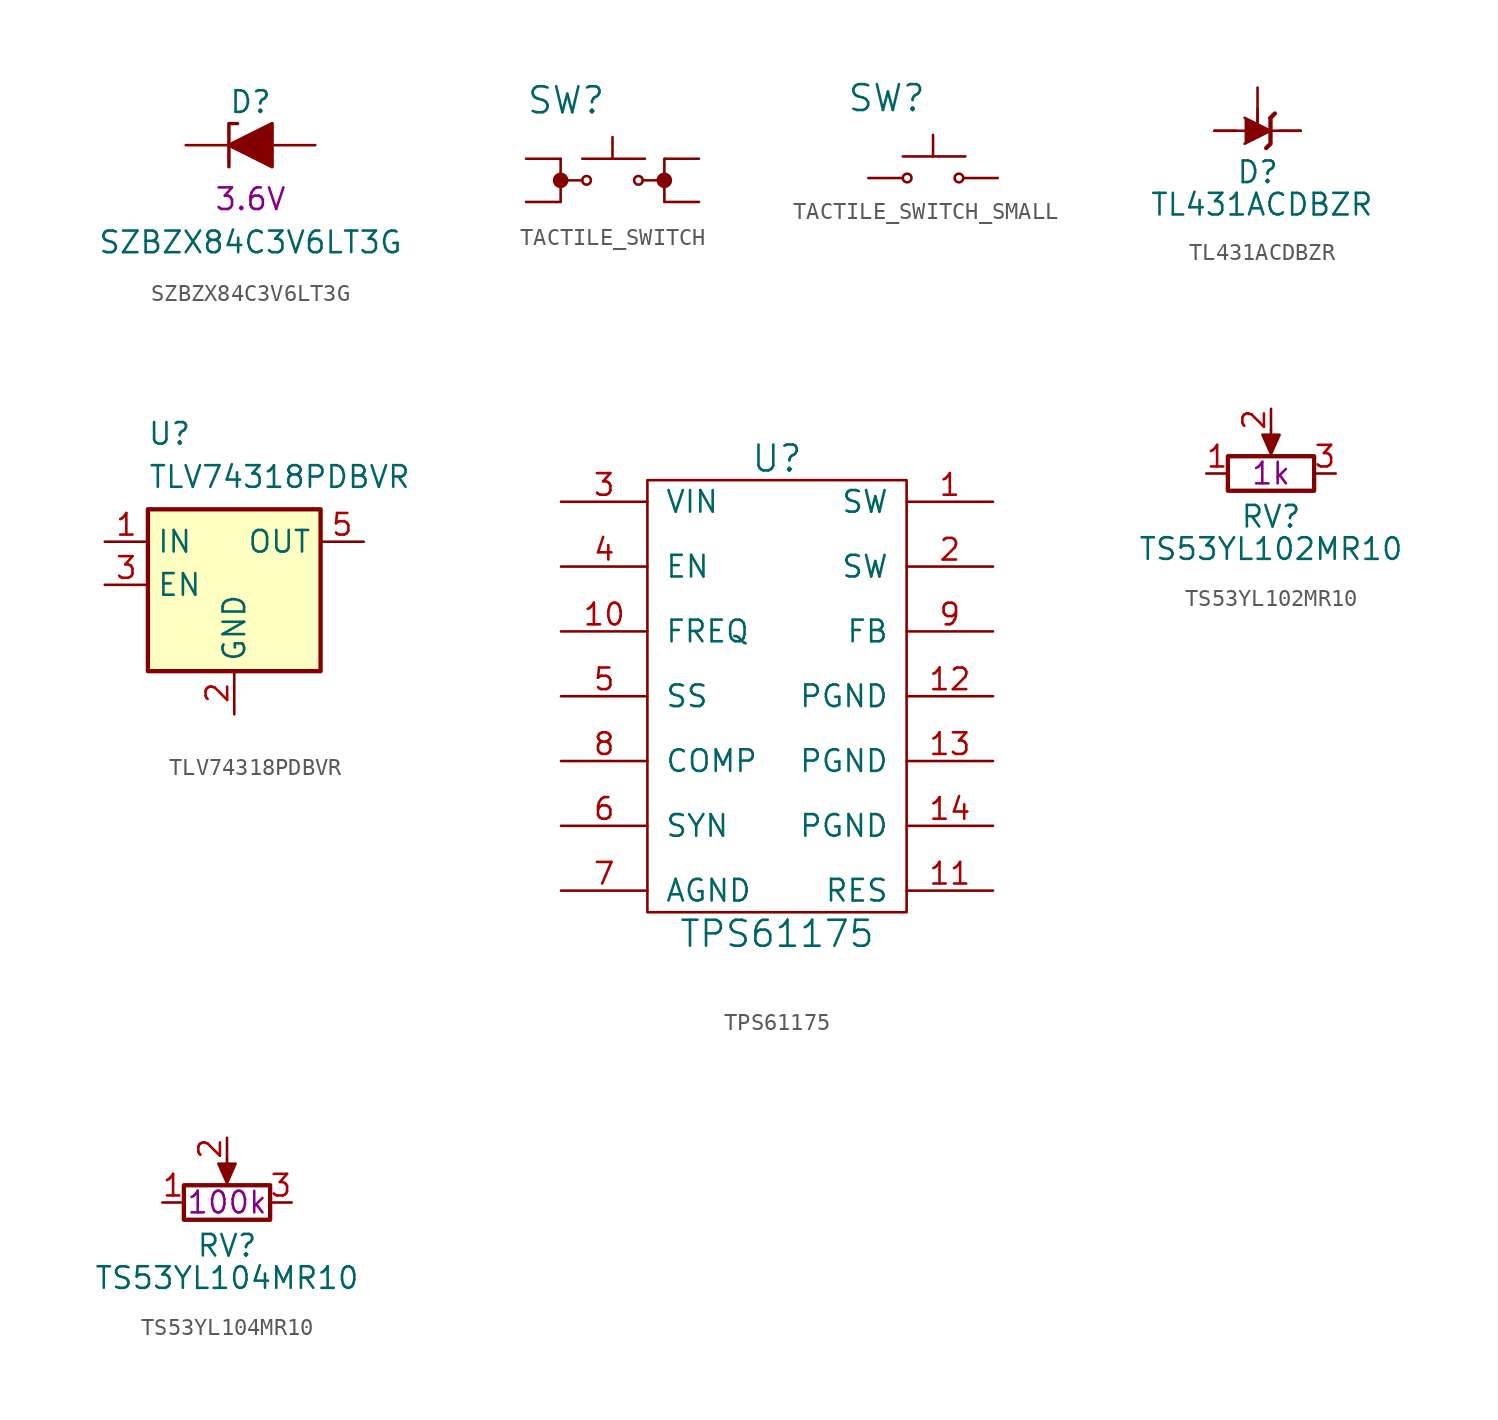
<source format=kicad_sym>
(kicad_symbol_lib
  (version 20210619)
  (generator kicad_symbol_editor)
  (symbol "custom:SZBZX84C3V6LT3G"
    (pin_numbers hide)
    (pin_names
      (offset 1.016) hide)
    (property "Reference" "D"
      (at 0 2.54 0)
      (effects (font (size 1.27 1.27))))
    (property "Value" "SZBZX84C3V6LT3G"
      (at 0 -5.715 0)
      (effects (font (size 1.27 1.27))))
    (property "Rating" "3.6V"
      (at 0 -3.175 0)
      (effects (font (size 1.27 1.27))))
    (symbol "SZBZX84C3V6LT3G_0_1"
      (polyline (pts (xy 1.27 0) (xy -1.27 0)) (stroke (width 0)) (fill (type none)))
      (polyline (pts (xy -1.27 -1.27) (xy -1.27 1.27) (xy -0.762 1.27)) (stroke (width 0.203)) (fill (type none)))
      (polyline (pts (xy 1.27 -1.27) (xy 1.27 1.27) (xy -1.27 0) (xy 1.27 -1.27)) (stroke (width 0.203)) (fill (type outline))))
    (symbol "SZBZX84C3V6LT3G_1_1"
      (pin passive line (at 3.81 0 180) (length 2.54) (name "A" (effects (font (size 1.27 1.27)))) (number "1" (effects (font (size 1.27 1.27)))))
      (pin passive line (at -3.81 0 0) (length 2.54) (name "K" (effects (font (size 1.27 1.27)))) (number "3" (effects (font (size 1.27 1.27)))))))
  (symbol "custom:TACTILE_SWITCH"
    (pin_numbers hide)
    (pin_names
      (offset 1.016))
    (property "Reference" "SW"
      (at -5.08 3.81 0)
      (effects (font (size 1.524 1.524)) (justify left bottom)))
    (symbol "TACTILE_SWITCH_0_1"
      (circle (center -1.524 0) (radius 0.254) (stroke (width 0)) (fill (type none)))
      (circle (center 1.524 0) (radius 0.254) (stroke (width 0)) (fill (type none)))
      (circle (center -3.048 0) (radius 0.381) (stroke (width 0)) (fill (type outline)))
      (circle (center 3.048 0) (radius 0.381) (stroke (width 0)) (fill (type outline)))
      (polyline (pts (xy -3.048 0) (xy -3.048 -1.27)) (stroke (width 0)) (fill (type none)))
      (polyline (pts (xy -1.778 1.27) (xy 1.905 1.27)) (stroke (width 0)) (fill (type none)))
      (polyline (pts (xy 0 1.27) (xy 0 2.54)) (stroke (width 0)) (fill (type none)))
      (polyline (pts (xy 3.048 0) (xy 3.048 -1.27)) (stroke (width 0)) (fill (type none)))
      (polyline (pts (xy -1.778 0) (xy -3.048 0) (xy -3.048 1.27)) (stroke (width 0)) (fill (type none)))
      (polyline (pts (xy 1.778 0) (xy 3.048 0) (xy 3.048 1.27)) (stroke (width 0)) (fill (type none))))
    (symbol "TACTILE_SWITCH_1_1"
      (pin bidirectional line (at -5.08 -1.27 0) (length 2.007) (name "~" (effects (font (size 1.27 1.27)))) (number "1" (effects (font (size 1.27 1.27)))))
      (pin bidirectional line (at -5.08 1.27 0) (length 2.007) (name "~" (effects (font (size 1.27 1.27)))) (number "1" (effects (font (size 1.27 1.27)))))
      (pin bidirectional line (at 5.08 -1.27 180) (length 2.007) (name "~" (effects (font (size 1.27 1.27)))) (number "2" (effects (font (size 1.27 1.27)))))
      (pin bidirectional line (at 5.08 1.27 180) (length 2.007) (name "~" (effects (font (size 1.27 1.27)))) (number "2" (effects (font (size 1.27 1.27)))))))
  (symbol "custom:TACTILE_SWITCH_SMALL"
    (pin_numbers hide)
    (pin_names
      (offset 1.016))
    (property "Reference" "SW"
      (at -5.08 3.81 0)
      (effects (font (size 1.524 1.524)) (justify left bottom)))
    (symbol "TACTILE_SWITCH_SMALL_0_1"
      (circle (center -1.524 0) (radius 0.254) (stroke (width 0)) (fill (type none)))
      (circle (center 1.524 0) (radius 0.254) (stroke (width 0)) (fill (type none)))
      (polyline (pts (xy -1.778 1.27) (xy 1.905 1.27)) (stroke (width 0)) (fill (type none)))
      (polyline (pts (xy 0 1.27) (xy 0 2.54)) (stroke (width 0)) (fill (type none))))
    (symbol "TACTILE_SWITCH_SMALL_1_1"
      (pin bidirectional line (at -3.81 0 0) (length 2.007) (name "~" (effects (font (size 1.27 1.27)))) (number "1" (effects (font (size 1.27 1.27)))))
      (pin bidirectional line (at 3.81 0 180) (length 2.007) (name "~" (effects (font (size 1.27 1.27)))) (number "2" (effects (font (size 1.27 1.27)))))))
  (symbol "custom:TL431ACDBZR"
    (pin_numbers hide)
    (pin_names hide)
    (property "Reference" "D"
      (at -1.27 -3.175 0)
      (effects (font (size 1.27 1.27)) (justify left bottom)))
    (property "Value" "TL431ACDBZR"
      (at -6.35 -5.08 0)
      (effects (font (size 1.27 1.27)) (justify left bottom)))
    (symbol "TL431ACDBZR_0_1"
      (polyline (pts (xy 0.762 0.762) (xy 1.016 1.016)) (stroke (width 0.254)) (fill (type none)))
      (polyline (pts (xy -2.54 0) (xy 0 0) (xy 2.54 0)) (stroke (width 0)) (fill (type none)))
      (polyline (pts (xy 0.508 -1.016) (xy 0.762 -0.762) (xy 0.762 0.762) (xy 0.762 0.762)) (stroke (width 0.254)) (fill (type none)))
      (polyline (pts (xy -0.762 0.762) (xy 0.762 0) (xy -0.762 -0.762)) (stroke (width 0)) (fill (type outline))))
    (symbol "TL431ACDBZR_1_1"
      (polyline (pts (xy 0 1.27) (xy 0 0)) (stroke (width 0)) (fill (type none)))
      (pin passive line (at 2.54 0 180) (length 1.27) (name "K" (effects (font (size 1.27 1.27)))) (number "1" (effects (font (size 1.27 1.27)))))
      (pin passive line (at 0 2.54 270) (length 2.54) (name "REF" (effects (font (size 1.27 1.27)))) (number "2" (effects (font (size 1.27 1.27)))))
      (pin passive line (at -2.54 0 0) (length 1.27) (name "A" (effects (font (size 1.27 1.27)))) (number "3" (effects (font (size 1.27 1.27)))))))
  (symbol "custom:TLV74318PDBVR"
    (property "Reference" "U"
      (at -3.81 8.89 0)
      (effects (font (size 1.27 1.27))))
    (property "Value" "TLV74318PDBVR"
      (at -5.08 6.35 0)
      (effects (font (size 1.27 1.27)) (justify left)))
    (symbol "TLV74318PDBVR_0_1"
      (rectangle (start -5.08 4.445) (end 5.08 -5.08) (stroke (width 0.254)) (fill (type background))))
    (symbol "TLV74318PDBVR_1_1"
      (pin power_in line (at -7.62 2.54 0) (length 2.54) (name "IN" (effects (font (size 1.27 1.27)))) (number "1" (effects (font (size 1.27 1.27)))))
      (pin power_in line (at 0 -7.62 90) (length 2.54) (name "GND" (effects (font (size 1.27 1.27)))) (number "2" (effects (font (size 1.27 1.27)))))
      (pin input line (at -7.62 0 0) (length 2.54) (name "EN" (effects (font (size 1.27 1.27)))) (number "3" (effects (font (size 1.27 1.27)))))
      (pin no_connect line (at 7.62 0 180) (length 2.54) hide (name "NC" (effects (font (size 1.27 1.27)))) (number "4" (effects (font (size 1.27 1.27)))))
      (pin power_out line (at 7.62 2.54 180) (length 2.54) (name "OUT" (effects (font (size 1.27 1.27)))) (number "5" (effects (font (size 1.27 1.27)))))))
  (symbol "custom:TPS61175"
    (pin_names
      (offset 1.016))
    (property "Reference" "U"
      (at 0 13.97 0)
      (effects (font (size 1.524 1.524))))
    (property "Value" "TPS61175"
      (at 0 -13.97 0)
      (effects (font (size 1.524 1.524))))
    (symbol "TPS61175_0_1"
      (rectangle (start 7.62 12.7) (end -7.62 -12.7) (stroke (width 0)) (fill (type none))))
    (symbol "TPS61175_1_1"
      (pin output line (at 12.7 11.43 180) (length 5.08) (name "SW" (effects (font (size 1.27 1.27)))) (number "1" (effects (font (size 1.27 1.27)))))
      (pin input line (at -12.7 3.81 0) (length 5.08) (name "FREQ" (effects (font (size 1.27 1.27)))) (number "10" (effects (font (size 1.27 1.27)))))
      (pin unspecified line (at 12.7 -11.43 180) (length 5.08) (name "RES" (effects (font (size 1.27 1.27)))) (number "11" (effects (font (size 1.27 1.27)))))
      (pin power_in line (at 12.7 0 180) (length 5.08) (name "PGND" (effects (font (size 1.27 1.27)))) (number "12" (effects (font (size 1.27 1.27)))))
      (pin power_in line (at 12.7 -3.81 180) (length 5.08) (name "PGND" (effects (font (size 1.27 1.27)))) (number "13" (effects (font (size 1.27 1.27)))))
      (pin power_in line (at 12.7 -7.62 180) (length 5.08) (name "PGND" (effects (font (size 1.27 1.27)))) (number "14" (effects (font (size 1.27 1.27)))))
      (pin passive line (at -12.7 -11.43 0) (length 5.08) hide (name "Thermal_Pad" (effects (font (size 1.27 1.27)))) (number "15" (effects (font (size 1.27 1.27)))))
      (pin output line (at 12.7 7.62 180) (length 5.08) (name "SW" (effects (font (size 1.27 1.27)))) (number "2" (effects (font (size 1.27 1.27)))))
      (pin power_in line (at -12.7 11.43 0) (length 5.08) (name "VIN" (effects (font (size 1.27 1.27)))) (number "3" (effects (font (size 1.27 1.27)))))
      (pin input line (at -12.7 7.62 0) (length 5.08) (name "EN" (effects (font (size 1.27 1.27)))) (number "4" (effects (font (size 1.27 1.27)))))
      (pin input line (at -12.7 0 0) (length 5.08) (name "SS" (effects (font (size 1.27 1.27)))) (number "5" (effects (font (size 1.27 1.27)))))
      (pin input line (at -12.7 -7.62 0) (length 5.08) (name "SYN" (effects (font (size 1.27 1.27)))) (number "6" (effects (font (size 1.27 1.27)))))
      (pin power_in line (at -12.7 -11.43 0) (length 5.08) (name "AGND" (effects (font (size 1.27 1.27)))) (number "7" (effects (font (size 1.27 1.27)))))
      (pin input line (at -12.7 -3.81 0) (length 5.08) (name "COMP" (effects (font (size 1.27 1.27)))) (number "8" (effects (font (size 1.27 1.27)))))
      (pin output line (at 12.7 3.81 180) (length 5.08) (name "FB" (effects (font (size 1.27 1.27)))) (number "9" (effects (font (size 1.27 1.27)))))))
  (symbol "custom:TS53YL102MR10"
    (pin_names
      (offset 1.016) hide)
    (property "Reference" "RV"
      (at 0 -2.54 0)
      (effects (font (size 1.27 1.27))))
    (property "Value" "TS53YL102MR10"
      (at 0 -4.445 0)
      (effects (font (size 1.27 1.27))))
    (property "Resistance" "1k"
      (at 0 0 0)
      (effects (font (size 1.27 1.27))))
    (symbol "TS53YL102MR10_0_1"
      (rectangle (start -2.54 1.016) (end 2.54 -1.016) (stroke (width 0.254)) (fill (type none)))
      (polyline (pts (xy 0 2.54) (xy 0 1.524)) (stroke (width 0)) (fill (type none)))
      (polyline (pts (xy 0 1.143) (xy -0.508 2.286) (xy 0.508 2.286) (xy 0 1.143)) (stroke (width 0)) (fill (type outline))))
    (symbol "TS53YL102MR10_1_1"
      (pin passive line (at -3.81 0 0) (length 1.27) (name "1" (effects (font (size 1.27 1.27)))) (number "1" (effects (font (size 1.27 1.27)))))
      (pin passive line (at 0 3.81 270) (length 1.27) (name "2" (effects (font (size 1.27 1.27)))) (number "2" (effects (font (size 1.27 1.27)))))
      (pin passive line (at 3.81 0 180) (length 1.27) (name "3" (effects (font (size 1.27 1.27)))) (number "3" (effects (font (size 1.27 1.27)))))))
  (symbol "custom:TS53YL104MR10"
    (pin_names
      (offset 1.016) hide)
    (property "Reference" "RV"
      (at 0 -2.54 0)
      (effects (font (size 1.27 1.27))))
    (property "Value" "TS53YL104MR10"
      (at 0 -4.445 0)
      (effects (font (size 1.27 1.27))))
    (property "resistance" "100k"
      (at 0 0 0)
      (effects (font (size 1.27 1.27))))
    (symbol "TS53YL104MR10_0_1"
      (rectangle (start -2.54 1.016) (end 2.54 -1.016) (stroke (width 0.254)) (fill (type none)))
      (polyline (pts (xy 0 2.54) (xy 0 1.524)) (stroke (width 0)) (fill (type none)))
      (polyline (pts (xy 0 1.143) (xy -0.508 2.286) (xy 0.508 2.286) (xy 0 1.143)) (stroke (width 0)) (fill (type outline))))
    (symbol "TS53YL104MR10_1_1"
      (pin passive line (at -3.81 0 0) (length 1.27) (name "1" (effects (font (size 1.27 1.27)))) (number "1" (effects (font (size 1.27 1.27)))))
      (pin passive line (at 0 3.81 270) (length 1.27) (name "2" (effects (font (size 1.27 1.27)))) (number "2" (effects (font (size 1.27 1.27)))))
      (pin passive line (at 3.81 0 180) (length 1.27) (name "3" (effects (font (size 1.27 1.27)))) (number "3" (effects (font (size 1.27 1.27))))))))
</source>
